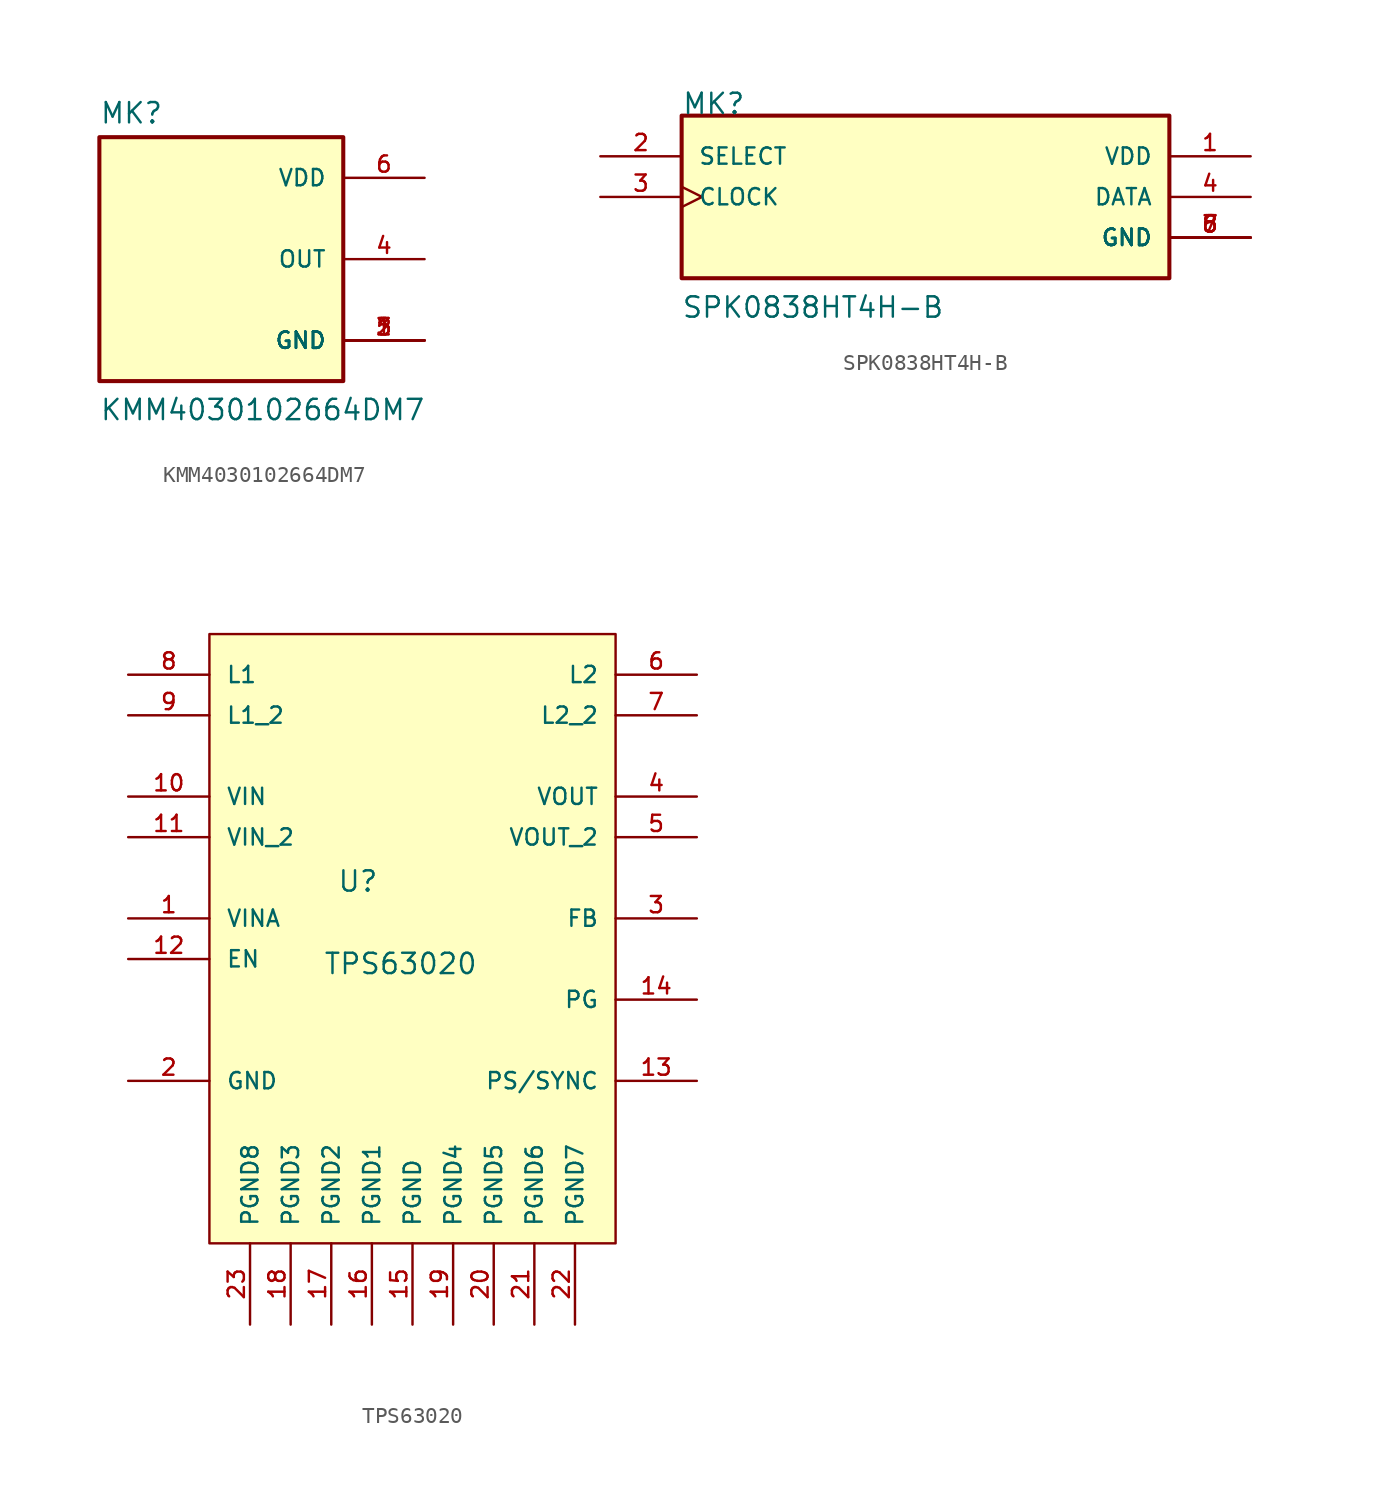
<source format=kicad_sym>
(kicad_symbol_lib
  (version 20211014)
  (generator kicad_symbol_editor)
  (symbol "KMM4030102664DM7"
    (pin_names
      (offset 1.016))
    (property "Reference" "MK"
      (at -7.62 8.382 0)
      (effects (font (size 1.27 1.27)) (justify left bottom)))
    (property "Value" "KMM4030102664DM7"
      (at -7.62 -10.16 0)
      (effects (font (size 1.27 1.27)) (justify left bottom)))
    (property "ki_locked" ""
      (at 0 0 0)
      (effects (font (size 1.27 1.27))))
    (symbol "KMM4030102664DM7_0_0"
      (rectangle (start -7.62 -7.62) (end 7.62 7.62) (stroke (width 0.254) (type default) (color 0 0 0 0)) (fill (type background)))
      (pin power_in line (at 12.7 -5.08 180) (length 5.08) (name "GND" (effects (font (size 1.016 1.016)))) (number "1" (effects (font (size 1.016 1.016)))))
      (pin power_in line (at 12.7 -5.08 180) (length 5.08) (name "GND" (effects (font (size 1.016 1.016)))) (number "2" (effects (font (size 1.016 1.016)))))
      (pin power_in line (at 12.7 -5.08 180) (length 5.08) (name "GND" (effects (font (size 1.016 1.016)))) (number "3" (effects (font (size 1.016 1.016)))))
      (pin output line (at 12.7 0 180) (length 5.08) (name "OUT" (effects (font (size 1.016 1.016)))) (number "4" (effects (font (size 1.016 1.016)))))
      (pin power_in line (at 12.7 -5.08 180) (length 5.08) (name "GND" (effects (font (size 1.016 1.016)))) (number "5" (effects (font (size 1.016 1.016)))))
      (pin power_in line (at 12.7 5.08 180) (length 5.08) (name "VDD" (effects (font (size 1.016 1.016)))) (number "6" (effects (font (size 1.016 1.016)))))))
  (symbol "SPK0838HT4H-B"
    (pin_names
      (offset 1.016))
    (property "Reference" "MK"
      (at -15.24 5.08 0)
      (effects (font (size 1.27 1.27)) (justify left bottom)))
    (property "Value" "SPK0838HT4H-B"
      (at -15.265 -7.645 0)
      (effects (font (size 1.27 1.27)) (justify left bottom)))
    (property "ki_locked" ""
      (at 0 0 0)
      (effects (font (size 1.27 1.27))))
    (symbol "SPK0838HT4H-B_0_0"
      (rectangle (start -15.24 -5.08) (end 15.24 5.08) (stroke (width 0.254) (type default) (color 0 0 0 0)) (fill (type background)))
      (pin power_in line (at 20.32 2.54 180) (length 5.08) (name "VDD" (effects (font (size 1.016 1.016)))) (number "1" (effects (font (size 1.016 1.016)))))
      (pin input line (at -20.32 2.54 0) (length 5.08) (name "SELECT" (effects (font (size 1.016 1.016)))) (number "2" (effects (font (size 1.016 1.016)))))
      (pin input clock (at -20.32 0 0) (length 5.08) (name "CLOCK" (effects (font (size 1.016 1.016)))) (number "3" (effects (font (size 1.016 1.016)))))
      (pin output line (at 20.32 0 180) (length 5.08) (name "DATA" (effects (font (size 1.016 1.016)))) (number "4" (effects (font (size 1.016 1.016)))))
      (pin power_in line (at 20.32 -2.54 180) (length 5.08) (name "GND" (effects (font (size 1.016 1.016)))) (number "5" (effects (font (size 1.016 1.016)))))
      (pin power_in line (at 20.32 -2.54 180) (length 5.08) (name "GND" (effects (font (size 1.016 1.016)))) (number "6" (effects (font (size 1.016 1.016)))))
      (pin power_in line (at 20.32 -2.54 180) (length 5.08) (name "GND" (effects (font (size 1.016 1.016)))) (number "7" (effects (font (size 1.016 1.016)))))
      (pin power_in line (at 20.32 -2.54 180) (length 5.08) (name "GND" (effects (font (size 1.016 1.016)))) (number "8" (effects (font (size 1.016 1.016)))))))
  (symbol "TPS63020"
    (pin_names
      (offset 1.016))
    (property "Reference" "U"
      (at -4.724 4.115 0)
      (effects (font (size 1.27 1.27)) (justify left bottom)))
    (property "Value" "TPS63020"
      (at -5.588 -1.041 0)
      (effects (font (size 1.27 1.27)) (justify left bottom)))
    (property "ki_locked" ""
      (at 0 0 0)
      (effects (font (size 1.27 1.27))))
    (symbol "TPS63020_0_0"
      (rectangle (start -12.7 -17.78) (end 12.7 20.32) (stroke (width 0.152) (type default) (color 0 0 0 0)) (fill (type background)))
      (pin bidirectional line (at -17.78 2.54 0) (length 5.08) (name "VINA" (effects (font (size 1.016 1.016)))) (number "1" (effects (font (size 1.016 1.016)))))
      (pin bidirectional line (at -17.78 10.16 0) (length 5.08) (name "VIN" (effects (font (size 1.016 1.016)))) (number "10" (effects (font (size 1.016 1.016)))))
      (pin bidirectional line (at -17.78 7.62 0) (length 5.08) (name "VIN_2" (effects (font (size 1.016 1.016)))) (number "11" (effects (font (size 1.016 1.016)))))
      (pin bidirectional line (at -17.78 0 0) (length 5.08) (name "EN" (effects (font (size 1.016 1.016)))) (number "12" (effects (font (size 1.016 1.016)))))
      (pin bidirectional line (at 17.78 -7.62 180) (length 5.08) (name "PS/SYNC" (effects (font (size 1.016 1.016)))) (number "13" (effects (font (size 1.016 1.016)))))
      (pin bidirectional line (at 17.78 -2.54 180) (length 5.08) (name "PG" (effects (font (size 1.016 1.016)))) (number "14" (effects (font (size 1.016 1.016)))))
      (pin bidirectional line (at 0 -22.86 90) (length 5.08) (name "PGND" (effects (font (size 1.016 1.016)))) (number "15" (effects (font (size 1.016 1.016)))))
      (pin bidirectional line (at -2.54 -22.86 90) (length 5.08) (name "PGND1" (effects (font (size 1.016 1.016)))) (number "16" (effects (font (size 1.016 1.016)))))
      (pin bidirectional line (at -5.08 -22.86 90) (length 5.08) (name "PGND2" (effects (font (size 1.016 1.016)))) (number "17" (effects (font (size 1.016 1.016)))))
      (pin bidirectional line (at -7.62 -22.86 90) (length 5.08) (name "PGND3" (effects (font (size 1.016 1.016)))) (number "18" (effects (font (size 1.016 1.016)))))
      (pin bidirectional line (at 2.54 -22.86 90) (length 5.08) (name "PGND4" (effects (font (size 1.016 1.016)))) (number "19" (effects (font (size 1.016 1.016)))))
      (pin bidirectional line (at -17.78 -7.62 0) (length 5.08) (name "GND" (effects (font (size 1.016 1.016)))) (number "2" (effects (font (size 1.016 1.016)))))
      (pin bidirectional line (at 5.08 -22.86 90) (length 5.08) (name "PGND5" (effects (font (size 1.016 1.016)))) (number "20" (effects (font (size 1.016 1.016)))))
      (pin bidirectional line (at 7.62 -22.86 90) (length 5.08) (name "PGND6" (effects (font (size 1.016 1.016)))) (number "21" (effects (font (size 1.016 1.016)))))
      (pin bidirectional line (at 10.16 -22.86 90) (length 5.08) (name "PGND7" (effects (font (size 1.016 1.016)))) (number "22" (effects (font (size 1.016 1.016)))))
      (pin bidirectional line (at -10.16 -22.86 90) (length 5.08) (name "PGND8" (effects (font (size 1.016 1.016)))) (number "23" (effects (font (size 1.016 1.016)))))
      (pin bidirectional line (at 17.78 2.54 180) (length 5.08) (name "FB" (effects (font (size 1.016 1.016)))) (number "3" (effects (font (size 1.016 1.016)))))
      (pin bidirectional line (at 17.78 10.16 180) (length 5.08) (name "VOUT" (effects (font (size 1.016 1.016)))) (number "4" (effects (font (size 1.016 1.016)))))
      (pin bidirectional line (at 17.78 7.62 180) (length 5.08) (name "VOUT_2" (effects (font (size 1.016 1.016)))) (number "5" (effects (font (size 1.016 1.016)))))
      (pin bidirectional line (at 17.78 17.78 180) (length 5.08) (name "L2" (effects (font (size 1.016 1.016)))) (number "6" (effects (font (size 1.016 1.016)))))
      (pin bidirectional line (at 17.78 15.24 180) (length 5.08) (name "L2_2" (effects (font (size 1.016 1.016)))) (number "7" (effects (font (size 1.016 1.016)))))
      (pin bidirectional line (at -17.78 17.78 0) (length 5.08) (name "L1" (effects (font (size 1.016 1.016)))) (number "8" (effects (font (size 1.016 1.016)))))
      (pin bidirectional line (at -17.78 15.24 0) (length 5.08) (name "L1_2" (effects (font (size 1.016 1.016)))) (number "9" (effects (font (size 1.016 1.016))))))))
</source>
